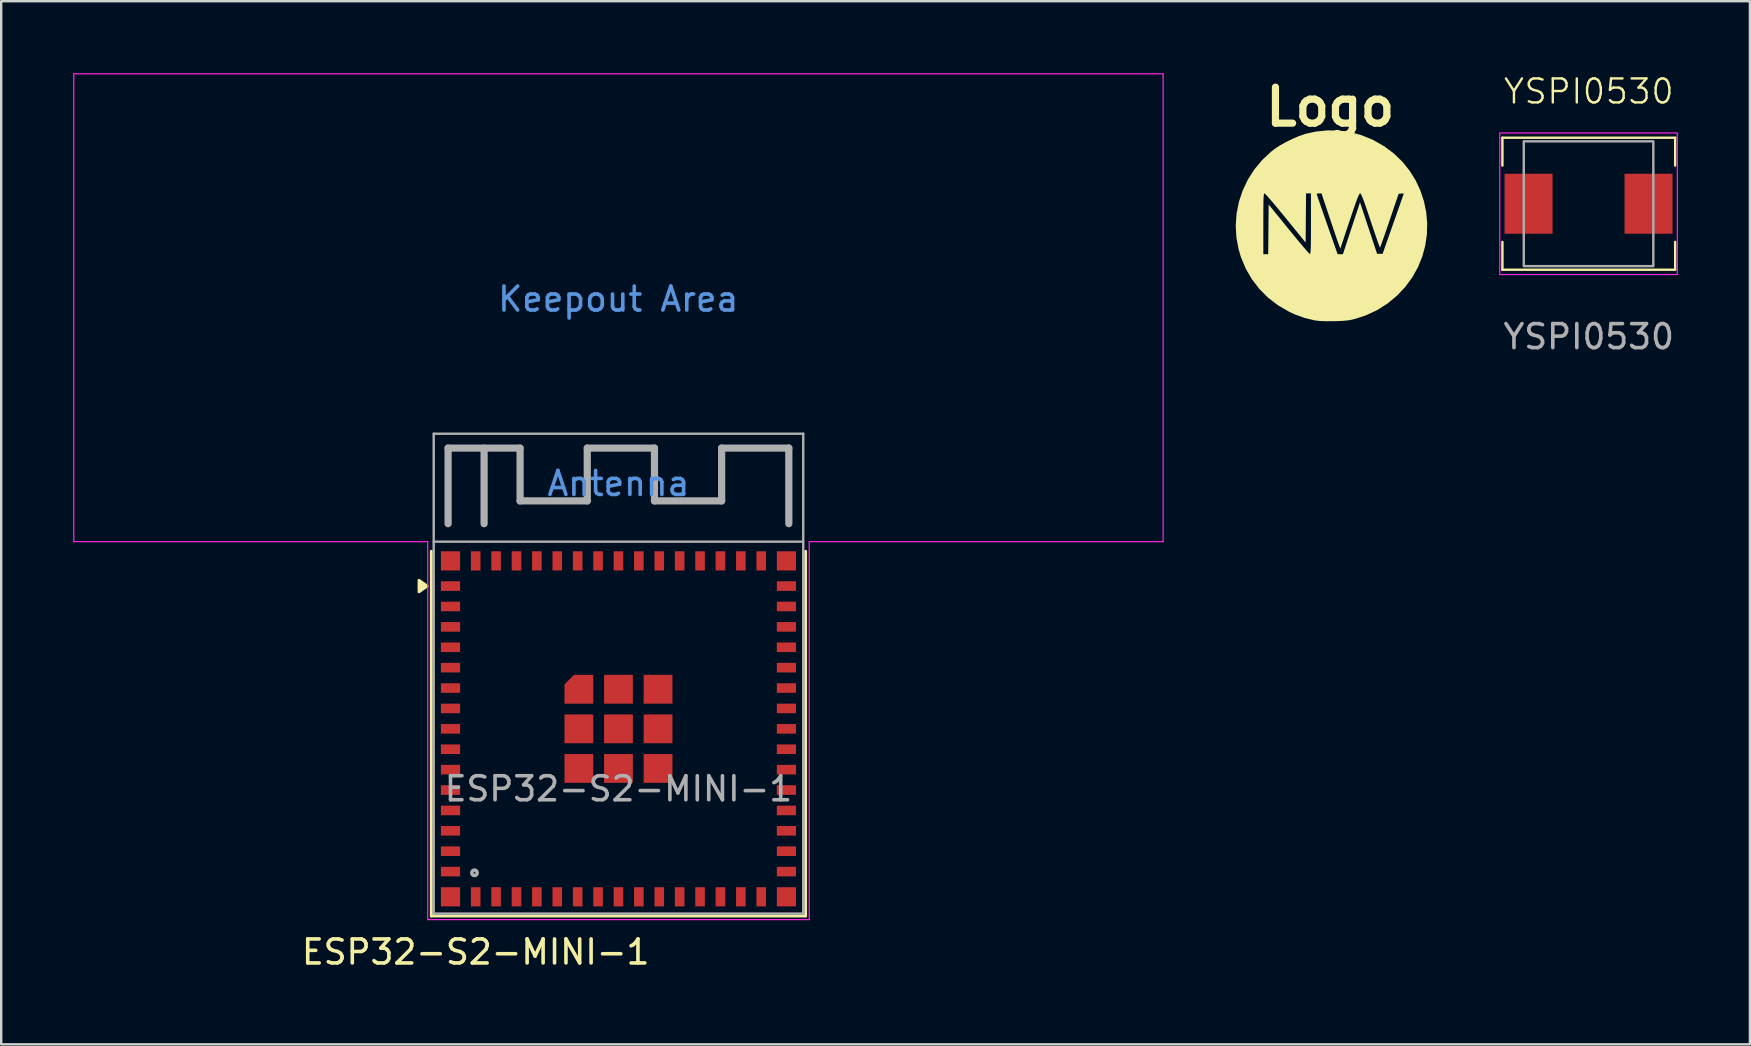
<source format=kicad_pcb>
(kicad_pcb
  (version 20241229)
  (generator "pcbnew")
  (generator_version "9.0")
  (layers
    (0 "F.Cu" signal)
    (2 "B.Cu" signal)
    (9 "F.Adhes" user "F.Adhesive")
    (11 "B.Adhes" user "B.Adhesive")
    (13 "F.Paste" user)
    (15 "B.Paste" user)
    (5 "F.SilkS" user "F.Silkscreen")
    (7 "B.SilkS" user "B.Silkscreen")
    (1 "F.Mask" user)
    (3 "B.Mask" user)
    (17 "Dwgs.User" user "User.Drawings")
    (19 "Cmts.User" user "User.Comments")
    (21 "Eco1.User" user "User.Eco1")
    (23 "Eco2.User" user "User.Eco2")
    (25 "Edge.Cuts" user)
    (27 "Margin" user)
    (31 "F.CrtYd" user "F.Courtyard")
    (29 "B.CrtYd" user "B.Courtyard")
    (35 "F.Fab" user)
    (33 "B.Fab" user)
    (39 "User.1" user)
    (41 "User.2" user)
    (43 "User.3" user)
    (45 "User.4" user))
  (footprint "Logo"
    (layer "F.Cu")
    (at 52.441 6.379)
    (property "Reference" "Logo" (at -0.05 -4.975 0) (layer "F.SilkS") (effects (font (size 1.5 1.5) (thickness 0.3))))
    (attr board_only exclude_from_pos_files exclude_from_bom)
    (fp_poly (pts (xy 0.28 -3.989) (xy 0.385 -3.98) (xy 0.82 -3.913) (xy 1.23 -3.802) (xy 1.64 -3.638) (xy 1.763 -3.58) (xy 2.209 -3.325) (xy 2.607 -3.026) (xy 2.956 -2.687) (xy 3.256 -2.315) (xy 3.506 -1.913) (xy 3.705 -1.488) (xy 3.852 -1.045) (xy 3.947 -0.589) (xy 3.988 -0.125) (xy 3.975 0.342) (xy 3.908 0.806) (xy 3.784 1.263) (xy 3.604 1.706) (xy 3.367 2.131) (xy 3.072 2.532) (xy 2.736 2.888) (xy 2.334 3.221) (xy 1.894 3.499) (xy 1.423 3.718) (xy 1.01 3.853) (xy 0.863 3.89) (xy 0.729 3.916) (xy 0.589 3.934) (xy 0.425 3.946) (xy 0.22 3.954) (xy 0.103 3.957) (xy -0.22 3.959) (xy -0.478 3.949) (xy -0.672 3.928) (xy -0.702 3.923) (xy -1.123 3.821) (xy -1.517 3.679) (xy -1.775 3.559) (xy -2.228 3.295) (xy -2.638 2.981) (xy -3 2.62) (xy -3.312 2.216) (xy -3.57 1.775) (xy -3.77 1.3) (xy -3.869 0.972) (xy -3.963 0.47) (xy -3.991 -0.033) (xy -3.986 -0.103) (xy -2.841 -0.103) (xy -2.841 1.164) (xy -2.739 1.164) (xy -2.637 1.164) (xy -2.628 0.129) (xy -2.619 -0.906) (xy -1.78 0.126) (xy -1.593 0.355) (xy -1.418 0.567) (xy -1.261 0.755) (xy -1.126 0.914) (xy -1.018 1.039) (xy -0.941 1.122) (xy -0.902 1.16) (xy -0.899 1.161) (xy -0.887 1.148) (xy -0.878 1.103) (xy -0.87 1.021) (xy -0.864 0.897) (xy -0.86 0.725) (xy -0.858 0.5) (xy -0.856 0.217) (xy -0.856 -0.103) (xy -0.856 -1.344) (xy -0.617 -1.344) (xy -0.606 -1.307) (xy -0.574 -1.212) (xy -0.525 -1.068) (xy -0.461 -0.88) (xy -0.383 -0.656) (xy -0.295 -0.404) (xy -0.2 -0.13) (xy -0.181 -0.077) (xy 0.255 1.164) (xy 0.366 1.164) (xy 0.476 1.164) (xy 0.832 0.083) (xy 1.188 -0.997) (xy 1.544 0.075) (xy 1.9 1.147) (xy 2.015 1.147) (xy 2.131 1.147) (xy 2.571 -0.103) (xy 2.669 -0.38) (xy 2.759 -0.637) (xy 2.84 -0.865) (xy 2.907 -1.059) (xy 2.96 -1.211) (xy 2.996 -1.314) (xy 3.012 -1.361) (xy 3.012 -1.363) (xy 2.983 -1.367) (xy 2.911 -1.363) (xy 2.905 -1.363) (xy 2.798 -1.352) (xy 2.417 -0.231) (xy 2.328 0.031) (xy 2.245 0.272) (xy 2.171 0.483) (xy 2.109 0.658) (xy 2.061 0.789) (xy 2.03 0.868) (xy 2.019 0.89) (xy 2.005 0.859) (xy 1.971 0.77) (xy 1.922 0.631) (xy 1.858 0.448) (xy 1.784 0.231) (xy 1.701 -0.015) (xy 1.626 -0.24) (xy 1.521 -0.554) (xy 1.434 -0.808) (xy 1.364 -1.007) (xy 1.308 -1.157) (xy 1.265 -1.263) (xy 1.232 -1.33) (xy 1.207 -1.363) (xy 1.193 -1.369) (xy 1.173 -1.356) (xy 1.146 -1.313) (xy 1.109 -1.235) (xy 1.062 -1.117) (xy 1.002 -0.954) (xy 0.928 -0.739) (xy 0.836 -0.469) (xy 0.751 -0.217) (xy 0.367 0.936) (xy 0.287 0.716) (xy 0.255 0.626) (xy 0.205 0.481) (xy 0.141 0.293) (xy 0.066 0.073) (xy -0.015 -0.169) (xy -0.1 -0.421) (xy -0.105 -0.436) (xy -0.416 -1.369) (xy -0.516 -1.369) (xy -0.587 -1.362) (xy -0.617 -1.344) (xy -0.856 -1.344) (xy -0.856 -1.369) (xy -0.958 -1.369) (xy -1.06 -1.369) (xy -1.069 -0.345) (xy -1.078 0.68) (xy -1.91 -0.345) (xy -2.097 -0.573) (xy -2.271 -0.783) (xy -2.428 -0.97) (xy -2.564 -1.128) (xy -2.672 -1.251) (xy -2.749 -1.333) (xy -2.789 -1.368) (xy -2.792 -1.369) (xy -2.805 -1.361) (xy -2.815 -1.333) (xy -2.824 -1.278) (xy -2.83 -1.191) (xy -2.835 -1.065) (xy -2.838 -0.895) (xy -2.84 -0.673) (xy -2.841 -0.395) (xy -2.841 -0.103) (xy -3.986 -0.103) (xy -3.955 -0.532) (xy -3.858 -1.021) (xy -3.7 -1.494) (xy -3.485 -1.945) (xy -3.215 -2.368) (xy -2.892 -2.757) (xy -2.517 -3.107) (xy -2.379 -3.215) (xy -2.168 -3.357) (xy -1.912 -3.502) (xy -1.634 -3.639) (xy -1.357 -3.757) (xy -1.103 -3.846) (xy -1.078 -3.853) (xy -0.64 -3.948) (xy -0.179 -3.994)) (stroke (width 0) (type solid)) (fill yes) (layer "F.SilkS")))
  (footprint "ESP32-S2-MINI-1"
    (layer "F.Cu")
    (at 22.725 24.775)
    (property "Reference" "ESP32-S2-MINI-1" (at -5.95 11.85 0) (unlocked yes) (layer "F.SilkS") (effects (font (size 1 1) (thickness 0.15))))
    (attr smd)
    (fp_line (start -7.8 10.35) (end -7.8 -4.85) (stroke (width 0.12) (type solid)) (layer "F.SilkS"))
    (fp_line (start 7.8 -4.85) (end 7.8 10.35) (stroke (width 0.12) (type solid)) (layer "F.SilkS"))
    (fp_line (start 7.8 10.35) (end -7.8 10.35) (stroke (width 0.12) (type solid)) (layer "F.SilkS"))
    (fp_poly (pts (xy -7.975 -3.4) (xy -8.311 -3.16) (xy -8.311 -3.64) (xy -7.975 -3.4)) (stroke (width 0.12) (type solid)) (fill yes) (layer "F.SilkS"))
    (fp_line (start -22.7 -24.75) (end 22.7 -24.75) (stroke (width 0.05) (type solid)) (layer "F.CrtYd"))
    (fp_line (start -22.7 -5.25) (end -22.7 -24.75) (stroke (width 0.05) (type solid)) (layer "F.CrtYd"))
    (fp_line (start -7.95 -5.25) (end -22.7 -5.25) (stroke (width 0.05) (type solid)) (layer "F.CrtYd"))
    (fp_line (start -7.95 10.5) (end -7.95 -5.25) (stroke (width 0.05) (type solid)) (layer "F.CrtYd"))
    (fp_line (start 7.95 -5.25) (end 7.95 10.5) (stroke (width 0.05) (type solid)) (layer "F.CrtYd"))
    (fp_line (start 7.95 -5.25) (end 22.7 -5.25) (stroke (width 0.05) (type solid)) (layer "F.CrtYd"))
    (fp_line (start 7.95 10.5) (end -7.95 10.5) (stroke (width 0.05) (type solid)) (layer "F.CrtYd"))
    (fp_line (start 22.7 -5.25) (end 22.7 -24.75) (stroke (width 0.05) (type solid)) (layer "F.CrtYd"))
    (fp_line (start -7.7 -9.75) (end 7.7 -9.75) (stroke (width 0.1) (type solid)) (layer "F.Fab"))
    (fp_line (start -7.7 -5.25) (end 7.7 -5.25) (stroke (width 0.1) (type solid)) (layer "F.Fab"))
    (fp_line (start -7.7 10.25) (end -7.7 -9.75) (stroke (width 0.1) (type solid)) (layer "F.Fab"))
    (fp_line (start -7.1 -9.15) (end -4.1 -9.15) (stroke (width 0.3) (type solid)) (layer "F.Fab"))
    (fp_line (start -7.1 -6) (end -7.1 -9.15) (stroke (width 0.3) (type solid)) (layer "F.Fab"))
    (fp_line (start -5.6 -6) (end -5.6 -9.15) (stroke (width 0.3) (type solid)) (layer "F.Fab"))
    (fp_line (start -4.1 -9.15) (end -4.1 -6.95) (stroke (width 0.3) (type solid)) (layer "F.Fab"))
    (fp_line (start -4.1 -6.95) (end -1.3 -6.95) (stroke (width 0.3) (type solid)) (layer "F.Fab"))
    (fp_line (start -1.3 -9.15) (end 1.5 -9.15) (stroke (width 0.3) (type solid)) (layer "F.Fab"))
    (fp_line (start -1.3 -6.95) (end -1.3 -9.15) (stroke (width 0.3) (type solid)) (layer "F.Fab"))
    (fp_line (start 1.5 -9.15) (end 1.5 -6.95) (stroke (width 0.3) (type solid)) (layer "F.Fab"))
    (fp_line (start 1.5 -6.95) (end 4.3 -6.95) (stroke (width 0.3) (type solid)) (layer "F.Fab"))
    (fp_line (start 4.3 -9.15) (end 7.1 -9.15) (stroke (width 0.3) (type solid)) (layer "F.Fab"))
    (fp_line (start 4.3 -6.95) (end 4.3 -9.15) (stroke (width 0.3) (type solid)) (layer "F.Fab"))
    (fp_line (start 7.1 -9.15) (end 7.1 -6) (stroke (width 0.3) (type solid)) (layer "F.Fab"))
    (fp_line (start 7.7 -9.75) (end 7.7 10.25) (stroke (width 0.1) (type solid)) (layer "F.Fab"))
    (fp_line (start 7.7 10.25) (end -7.7 10.25) (stroke (width 0.1) (type solid)) (layer "F.Fab"))
    (fp_circle (center -6 8.55) (end -5.888 8.55) (stroke (width 0.15) (type solid)) (fill no) (layer "F.Fab"))
    (fp_text user "Antenna" (at 0 -7.675 0) (layer "Cmts.User") (effects (font (size 1 1) (thickness 0.15))))
    (fp_text user "Keepout Area" (at -0.01 -15.36 0) (layer "Cmts.User") (effects (font (size 1 1) (thickness 0.15))))
    (fp_text user "${REFERENCE}" (at 0 5.05 0) (unlocked yes) (layer "F.Fab") (effects (font (size 1 1) (thickness 0.15))))
    (pad "1" smd rect (at -7 -3.4) (size 0.8 0.4) (layers "F.Cu" "F.Mask" "F.Paste"))
    (pad "2" smd rect (at -7 -2.55) (size 0.8 0.4) (layers "F.Cu" "F.Mask" "F.Paste"))
    (pad "3" smd rect (at -7 -1.7) (size 0.8 0.4) (layers "F.Cu" "F.Mask" "F.Paste"))
    (pad "4" smd rect (at -7 -0.85) (size 0.8 0.4) (layers "F.Cu" "F.Mask" "F.Paste"))
    (pad "5" smd rect (at -7 0) (size 0.8 0.4) (layers "F.Cu" "F.Mask" "F.Paste"))
    (pad "6" smd rect (at -7 0.85) (size 0.8 0.4) (layers "F.Cu" "F.Mask" "F.Paste"))
    (pad "7" smd rect (at -7 1.7) (size 0.8 0.4) (layers "F.Cu" "F.Mask" "F.Paste"))
    (pad "8" smd rect (at -7 2.55) (size 0.8 0.4) (layers "F.Cu" "F.Mask" "F.Paste"))
    (pad "9" smd rect (at -7 3.4) (size 0.8 0.4) (layers "F.Cu" "F.Mask" "F.Paste"))
    (pad "10" smd rect (at -7 4.25) (size 0.8 0.4) (layers "F.Cu" "F.Mask" "F.Paste"))
    (pad "11" smd rect (at -7 5.1) (size 0.8 0.4) (layers "F.Cu" "F.Mask" "F.Paste"))
    (pad "12" smd rect (at -7 5.95) (size 0.8 0.4) (layers "F.Cu" "F.Mask" "F.Paste"))
    (pad "13" smd rect (at -7 6.8) (size 0.8 0.4) (layers "F.Cu" "F.Mask" "F.Paste"))
    (pad "14" smd rect (at -7 7.65) (size 0.8 0.4) (layers "F.Cu" "F.Mask" "F.Paste"))
    (pad "15" smd rect (at -7 8.5) (size 0.8 0.4) (layers "F.Cu" "F.Mask" "F.Paste"))
    (pad "16" smd rect (at -5.95 9.55 90) (size 0.8 0.4) (layers "F.Cu" "F.Mask" "F.Paste"))
    (pad "17" smd rect (at -5.1 9.55 90) (size 0.8 0.4) (layers "F.Cu" "F.Mask" "F.Paste"))
    (pad "18" smd rect (at -4.25 9.55 90) (size 0.8 0.4) (layers "F.Cu" "F.Mask" "F.Paste"))
    (pad "19" smd rect (at -3.4 9.55 90) (size 0.8 0.4) (layers "F.Cu" "F.Mask" "F.Paste"))
    (pad "20" smd rect (at -2.55 9.55 90) (size 0.8 0.4) (layers "F.Cu" "F.Mask" "F.Paste"))
    (pad "21" smd rect (at -1.7 9.55 90) (size 0.8 0.4) (layers "F.Cu" "F.Mask" "F.Paste"))
    (pad "22" smd rect (at -0.85 9.55 90) (size 0.8 0.4) (layers "F.Cu" "F.Mask" "F.Paste"))
    (pad "23" smd rect (at 0 9.55 90) (size 0.8 0.4) (layers "F.Cu" "F.Mask" "F.Paste"))
    (pad "24" smd rect (at 0.85 9.55 90) (size 0.8 0.4) (layers "F.Cu" "F.Mask" "F.Paste"))
    (pad "25" smd rect (at 1.7 9.55 90) (size 0.8 0.4) (layers "F.Cu" "F.Mask" "F.Paste"))
    (pad "26" smd rect (at 2.55 9.55 90) (size 0.8 0.4) (layers "F.Cu" "F.Mask" "F.Paste"))
    (pad "27" smd rect (at 3.4 9.55 90) (size 0.8 0.4) (layers "F.Cu" "F.Mask" "F.Paste"))
    (pad "28" smd rect (at 4.25 9.55 90) (size 0.8 0.4) (layers "F.Cu" "F.Mask" "F.Paste"))
    (pad "29" smd rect (at 5.1 9.55 90) (size 0.8 0.4) (layers "F.Cu" "F.Mask" "F.Paste"))
    (pad "30" smd rect (at 5.95 9.55 90) (size 0.8 0.4) (layers "F.Cu" "F.Mask" "F.Paste"))
    (pad "31" smd rect (at 7 8.5) (size 0.8 0.4) (layers "F.Cu" "F.Mask" "F.Paste"))
    (pad "32" smd rect (at 7 7.65) (size 0.8 0.4) (layers "F.Cu" "F.Mask" "F.Paste"))
    (pad "33" smd rect (at 7 6.8) (size 0.8 0.4) (layers "F.Cu" "F.Mask" "F.Paste"))
    (pad "34" smd rect (at 7 5.95) (size 0.8 0.4) (layers "F.Cu" "F.Mask" "F.Paste"))
    (pad "35" smd rect (at 7 5.1) (size 0.8 0.4) (layers "F.Cu" "F.Mask" "F.Paste"))
    (pad "36" smd rect (at 7 4.25) (size 0.8 0.4) (layers "F.Cu" "F.Mask" "F.Paste"))
    (pad "37" smd rect (at 7 3.4) (size 0.8 0.4) (layers "F.Cu" "F.Mask" "F.Paste"))
    (pad "38" smd rect (at 7 2.55) (size 0.8 0.4) (layers "F.Cu" "F.Mask" "F.Paste"))
    (pad "39" smd rect (at 7 1.7) (size 0.8 0.4) (layers "F.Cu" "F.Mask" "F.Paste"))
    (pad "40" smd rect (at 7 0.85) (size 0.8 0.4) (layers "F.Cu" "F.Mask" "F.Paste"))
    (pad "41" smd rect (at 7 0) (size 0.8 0.4) (layers "F.Cu" "F.Mask" "F.Paste"))
    (pad "42" smd rect (at 7 -0.85) (size 0.8 0.4) (layers "F.Cu" "F.Mask" "F.Paste"))
    (pad "43" smd rect (at 7 -1.7) (size 0.8 0.4) (layers "F.Cu" "F.Mask" "F.Paste"))
    (pad "44" smd rect (at 7 -2.55) (size 0.8 0.4) (layers "F.Cu" "F.Mask" "F.Paste"))
    (pad "45" smd rect (at 7 -3.4) (size 0.8 0.4) (layers "F.Cu" "F.Mask" "F.Paste"))
    (pad "46" smd rect (at 5.95 -4.45 90) (size 0.8 0.4) (layers "F.Cu" "F.Mask" "F.Paste"))
    (pad "47" smd rect (at 5.1 -4.45 90) (size 0.8 0.4) (layers "F.Cu" "F.Mask" "F.Paste"))
    (pad "48" smd rect (at 4.25 -4.45 90) (size 0.8 0.4) (layers "F.Cu" "F.Mask" "F.Paste"))
    (pad "49" smd rect (at 3.4 -4.45 90) (size 0.8 0.4) (layers "F.Cu" "F.Mask" "F.Paste"))
    (pad "50" smd rect (at 2.55 -4.45 90) (size 0.8 0.4) (layers "F.Cu" "F.Mask" "F.Paste"))
    (pad "51" smd rect (at 1.7 -4.45 90) (size 0.8 0.4) (layers "F.Cu" "F.Mask" "F.Paste"))
    (pad "52" smd rect (at 0.85 -4.45 90) (size 0.8 0.4) (layers "F.Cu" "F.Mask" "F.Paste"))
    (pad "53" smd rect (at 0 -4.45 90) (size 0.8 0.4) (layers "F.Cu" "F.Mask" "F.Paste"))
    (pad "54" smd rect (at -0.85 -4.45 90) (size 0.8 0.4) (layers "F.Cu" "F.Mask" "F.Paste"))
    (pad "55" smd rect (at -1.7 -4.45 90) (size 0.8 0.4) (layers "F.Cu" "F.Mask" "F.Paste"))
    (pad "56" smd rect (at -2.55 -4.45 90) (size 0.8 0.4) (layers "F.Cu" "F.Mask" "F.Paste"))
    (pad "57" smd rect (at -3.4 -4.45 90) (size 0.8 0.4) (layers "F.Cu" "F.Mask" "F.Paste"))
    (pad "58" smd rect (at -4.25 -4.45 90) (size 0.8 0.4) (layers "F.Cu" "F.Mask" "F.Paste"))
    (pad "59" smd rect (at -5.1 -4.45 90) (size 0.8 0.4) (layers "F.Cu" "F.Mask" "F.Paste"))
    (pad "60" smd rect (at -5.95 -4.45 90) (size 0.8 0.4) (layers "F.Cu" "F.Mask" "F.Paste"))
    (pad "61" smd roundrect (at -1.65 0.9) (size 1.2 1.2) (layers "F.Cu" "F.Mask" "F.Paste") (roundrect_rratio 0) (chamfer_ratio 0.33) (chamfer top_left))
    (pad "61" smd rect (at -1.65 2.55) (size 1.2 1.2) (layers "F.Cu" "F.Mask" "F.Paste"))
    (pad "61" smd rect (at -1.65 4.2) (size 1.2 1.2) (layers "F.Cu" "F.Mask" "F.Paste"))
    (pad "61" smd rect (at 0 0.9) (size 1.2 1.2) (layers "F.Cu" "F.Mask" "F.Paste"))
    (pad "61" smd rect (at 0 2.55) (size 1.2 1.2) (layers "F.Cu" "F.Mask" "F.Paste"))
    (pad "61" smd rect (at 0 4.2) (size 1.2 1.2) (layers "F.Cu" "F.Mask" "F.Paste"))
    (pad "61" smd rect (at 1.65 0.9) (size 1.2 1.2) (layers "F.Cu" "F.Mask" "F.Paste"))
    (pad "61" smd rect (at 1.65 2.55) (size 1.2 1.2) (layers "F.Cu" "F.Mask" "F.Paste"))
    (pad "61" smd rect (at 1.65 4.2) (size 1.2 1.2) (layers "F.Cu" "F.Mask" "F.Paste"))
    (pad "62" smd rect (at -7 -4.45) (size 0.8 0.8) (layers "F.Cu" "F.Mask" "F.Paste"))
    (pad "63" smd rect (at -7 9.55) (size 0.8 0.8) (layers "F.Cu" "F.Mask" "F.Paste"))
    (pad "64" smd rect (at 7 9.55) (size 0.8 0.8) (layers "F.Cu" "F.Mask" "F.Paste"))
    (pad "65" smd rect (at 7 -4.45) (size 0.8 0.8) (layers "F.Cu" "F.Mask" "F.Paste"))
    (zone (net_name "") (layers "F.Cu" "B.Cu") (name "Antenna") (hatch full 0.508) (connect_pads) (min_thickness 0.254) (filled_areas_thickness no) (keepout (tracks not_allowed) (vias not_allowed) (pads not_allowed) (copperpour not_allowed) (footprints not_allowed)) (placement (enabled no)) (fill) (polygon (pts (xy 45.425 19.525) (xy 0.025 19.525) (xy 0.025 0.025) (xy 45.425 0.025)))))
  (footprint "YSPI0530"
    (layer "F.Cu")
    (at 63.164 5.441)
    (property "Reference" "YSPI0530" (at 0 -4.68 0) (unlocked yes) (layer "F.SilkS") (effects (font (size 1 1) (thickness 0.1))))
    (attr smd)
    (fp_line (start -3.6 -1.59) (end -3.6 -2.75) (stroke (width 0.1) (type default)) (layer "F.SilkS"))
    (fp_line (start -3.6 2.75) (end -3.6 1.59) (stroke (width 0.1) (type default)) (layer "F.SilkS"))
    (fp_line (start -3.6 2.75) (end 3.6 2.75) (stroke (width 0.1) (type default)) (layer "F.SilkS"))
    (fp_line (start 3.6 -2.75) (end -3.6 -2.75) (stroke (width 0.1) (type default)) (layer "F.SilkS"))
    (fp_line (start 3.6 -1.59) (end 3.6 -2.75) (stroke (width 0.1) (type default)) (layer "F.SilkS"))
    (fp_line (start 3.6 2.75) (end 3.6 1.59) (stroke (width 0.1) (type default)) (layer "F.SilkS"))
    (fp_rect (start -3.71 -2.95) (end 3.69 2.95) (stroke (width 0.05) (type solid)) (fill no) (layer "F.CrtYd"))
    (fp_rect (start -2.71 -2.6) (end 2.69 2.6) (stroke (width 0.1) (type solid)) (fill no) (layer "F.Fab"))
    (fp_text user "${REFERENCE}" (at 0 5.54 0) (unlocked yes) (layer "F.Fab") (effects (font (size 1 1) (thickness 0.15))))
    (pad "1" smd rect (at -2.51 0) (size 2 2.5) (layers "F.Cu" "F.Mask" "F.Paste"))
    (pad "2" smd rect (at 2.49 0) (size 2 2.5) (layers "F.Cu" "F.Mask" "F.Paste")))
  (gr_rect
    (start -3 -3)
    (end 69.879 40.473)
    (stroke (width 0.1) (type default))
    (fill no)
    (layer "Edge.Cuts")))
</source>
